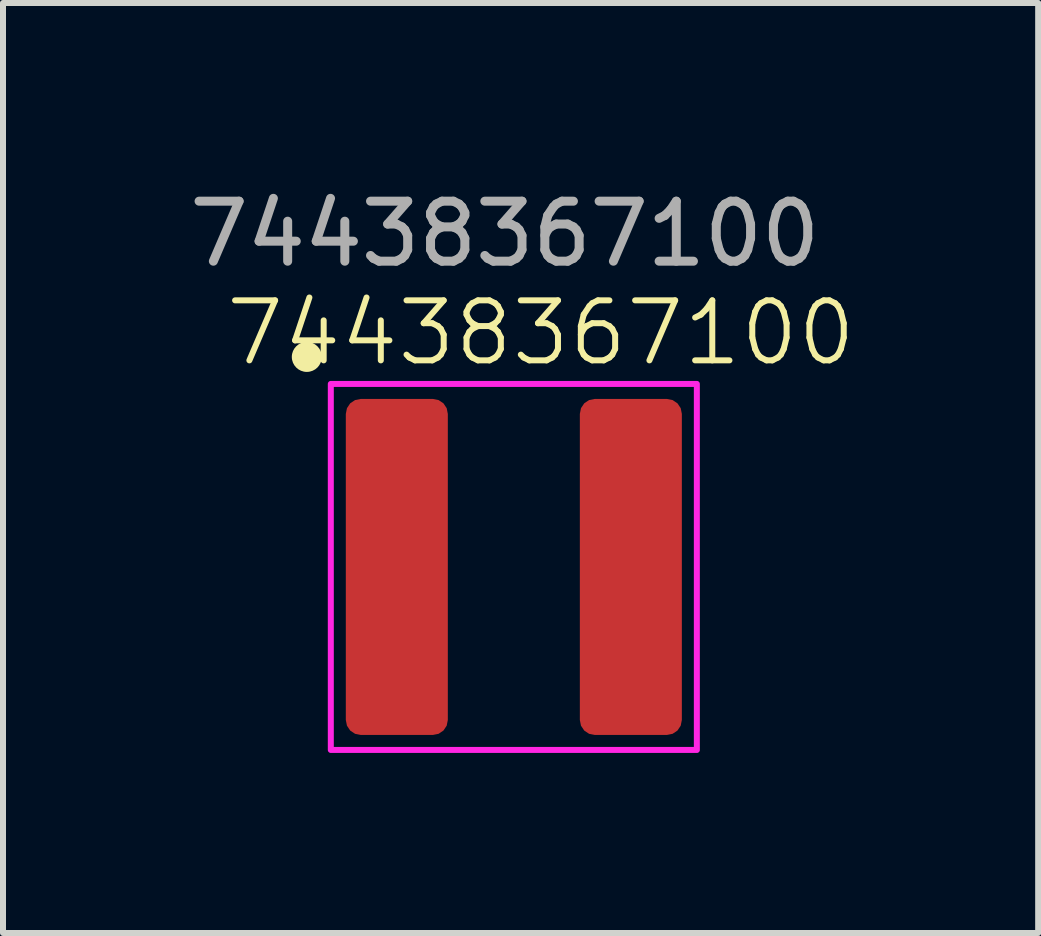
<source format=kicad_pcb>
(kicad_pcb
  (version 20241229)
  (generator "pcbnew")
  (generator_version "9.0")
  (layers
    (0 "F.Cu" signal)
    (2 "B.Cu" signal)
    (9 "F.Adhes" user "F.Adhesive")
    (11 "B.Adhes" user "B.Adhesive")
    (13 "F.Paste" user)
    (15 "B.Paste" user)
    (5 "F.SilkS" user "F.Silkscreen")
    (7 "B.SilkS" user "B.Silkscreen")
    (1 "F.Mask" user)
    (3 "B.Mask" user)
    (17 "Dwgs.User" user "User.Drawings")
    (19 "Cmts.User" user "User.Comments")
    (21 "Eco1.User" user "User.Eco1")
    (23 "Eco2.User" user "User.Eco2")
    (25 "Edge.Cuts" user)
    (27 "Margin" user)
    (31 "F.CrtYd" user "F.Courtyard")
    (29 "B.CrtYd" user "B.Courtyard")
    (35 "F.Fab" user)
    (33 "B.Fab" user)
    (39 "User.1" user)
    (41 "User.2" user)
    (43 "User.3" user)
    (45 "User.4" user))
  (footprint "74438367100"
    (layer "F.Cu")
    (at 3.563 6.398)
    (property "Reference" "74438367100" (at 2.4 -3.9 0) (unlocked yes) (layer "F.SilkS") (effects (font (size 1 1) (thickness 0.1))))
    (attr smd)
    (fp_circle (center -1.5 -3.5) (end -1.3 -3.5) (stroke (width 0.1) (type solid)) (fill yes) (layer "F.SilkS"))
    (fp_rect (start -1.1 -3.05) (end 5 3.05) (stroke (width 0.1) (type default)) (fill no) (layer "F.CrtYd"))
    (fp_text user "${REFERENCE}" (at 1.8 -5.55 0) (unlocked yes) (layer "F.Fab") (effects (font (size 1 1) (thickness 0.15))))
    (pad "1" smd roundrect (at 0 0) (size 1.7 5.6) (layers "F.Cu" "F.Mask" "F.Paste") (roundrect_rratio 0.147))
    (pad "2" smd roundrect (at 3.9 0) (size 1.7 5.6) (layers "F.Cu" "F.Mask" "F.Paste") (roundrect_rratio 0.147)))
  (gr_rect
    (start -3 -3)
    (end 14.251 12.498)
    (stroke (width 0.1) (type default))
    (fill no)
    (layer "Edge.Cuts")))
</source>
